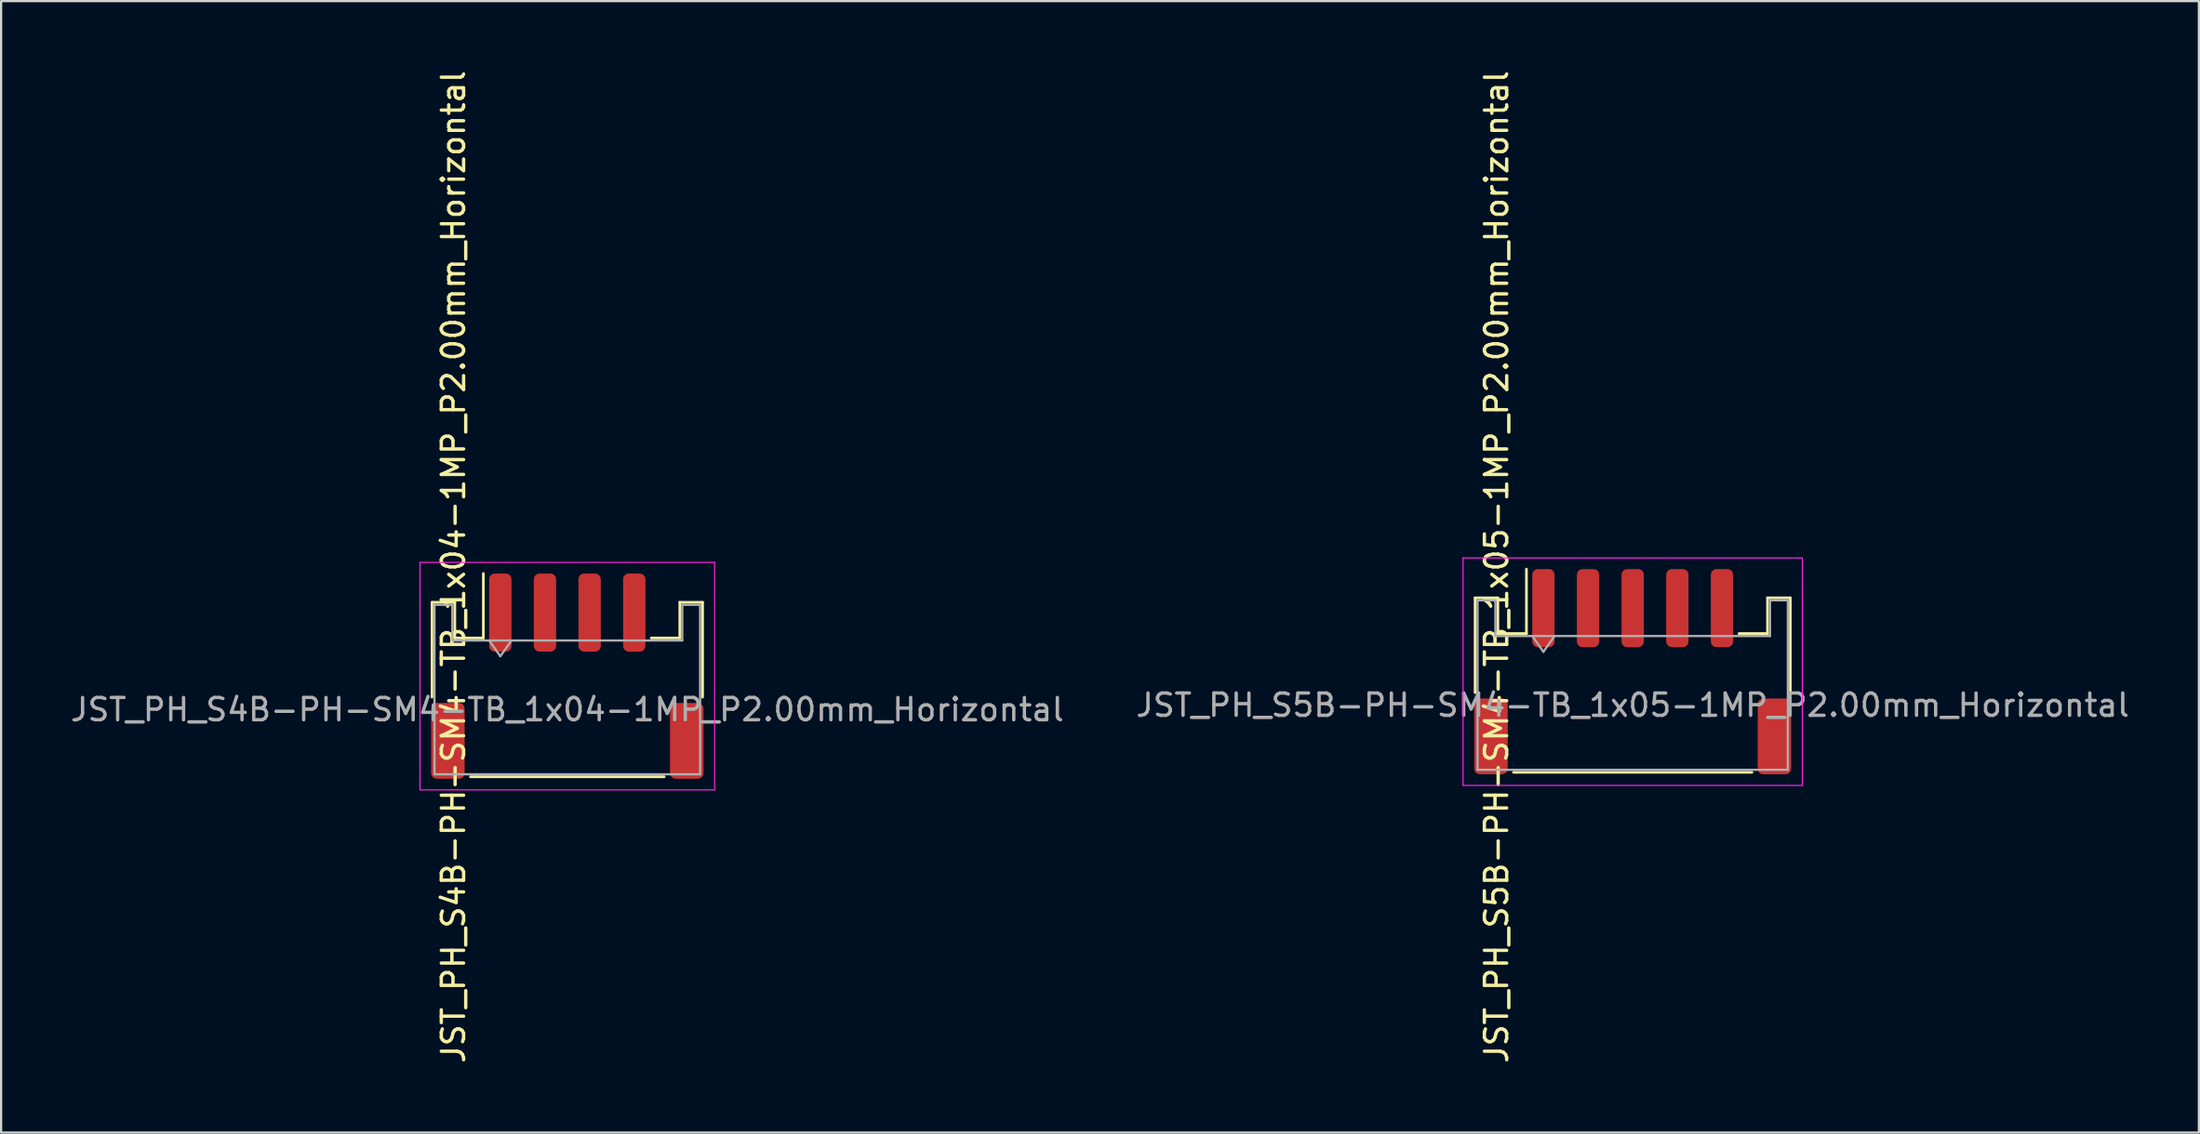
<source format=kicad_pcb>
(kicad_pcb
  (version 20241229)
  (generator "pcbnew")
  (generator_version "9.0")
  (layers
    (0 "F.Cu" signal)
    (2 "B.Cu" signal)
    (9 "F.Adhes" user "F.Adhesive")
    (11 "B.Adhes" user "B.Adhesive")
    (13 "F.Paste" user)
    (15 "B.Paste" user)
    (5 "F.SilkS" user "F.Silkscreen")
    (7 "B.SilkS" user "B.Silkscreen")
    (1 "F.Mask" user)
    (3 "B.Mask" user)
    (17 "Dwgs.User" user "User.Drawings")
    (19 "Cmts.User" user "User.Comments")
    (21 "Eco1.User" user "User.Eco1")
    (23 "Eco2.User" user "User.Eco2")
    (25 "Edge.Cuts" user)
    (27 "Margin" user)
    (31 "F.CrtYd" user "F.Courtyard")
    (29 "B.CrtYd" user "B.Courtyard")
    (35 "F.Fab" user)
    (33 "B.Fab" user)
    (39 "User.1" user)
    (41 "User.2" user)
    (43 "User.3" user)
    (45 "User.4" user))
  (footprint "JST_PH_S5B-PH-SM4-TB_1x05-1MP_P2.00mm_Horizontal"
    (layer "F.Cu")
    (at 70.089 27.063)
    (property "Reference" "JST_PH_S5B-PH-SM4-TB_1x05-1MP_P2.00mm_Horizontal" (at -6.1 -4.7 90) (layer "F.SilkS") (effects (font (size 1 1) (thickness 0.15))))
    (attr smd)
    (fp_line (start -7.06 -3.31) (end -6.04 -3.31) (stroke (width 0.12) (type solid)) (layer "F.SilkS"))
    (fp_line (start -7.06 0.94) (end -7.06 -3.31) (stroke (width 0.12) (type solid)) (layer "F.SilkS"))
    (fp_line (start -6.04 -3.31) (end -6.04 -1.71) (stroke (width 0.12) (type solid)) (layer "F.SilkS"))
    (fp_line (start -6.04 -1.71) (end -4.76 -1.71) (stroke (width 0.12) (type solid)) (layer "F.SilkS"))
    (fp_line (start -5.34 4.51) (end 5.34 4.51) (stroke (width 0.12) (type solid)) (layer "F.SilkS"))
    (fp_line (start -4.76 -1.71) (end -4.76 -4.6) (stroke (width 0.12) (type solid)) (layer "F.SilkS"))
    (fp_line (start 6.04 -3.31) (end 6.04 -1.71) (stroke (width 0.12) (type solid)) (layer "F.SilkS"))
    (fp_line (start 6.04 -1.71) (end 4.76 -1.71) (stroke (width 0.12) (type solid)) (layer "F.SilkS"))
    (fp_line (start 7.06 -3.31) (end 6.04 -3.31) (stroke (width 0.12) (type solid)) (layer "F.SilkS"))
    (fp_line (start 7.06 0.94) (end 7.06 -3.31) (stroke (width 0.12) (type solid)) (layer "F.SilkS"))
    (fp_line (start -7.6 -5.1) (end -7.6 5.1) (stroke (width 0.05) (type solid)) (layer "F.CrtYd"))
    (fp_line (start -7.6 5.1) (end 7.6 5.1) (stroke (width 0.05) (type solid)) (layer "F.CrtYd"))
    (fp_line (start 7.6 -5.1) (end -7.6 -5.1) (stroke (width 0.05) (type solid)) (layer "F.CrtYd"))
    (fp_line (start 7.6 5.1) (end 7.6 -5.1) (stroke (width 0.05) (type solid)) (layer "F.CrtYd"))
    (fp_line (start -6.95 -3.2) (end -6.95 4.4) (stroke (width 0.1) (type solid)) (layer "F.Fab"))
    (fp_line (start -6.95 -3.2) (end -6.15 -3.2) (stroke (width 0.1) (type solid)) (layer "F.Fab"))
    (fp_line (start -6.95 4.4) (end 6.95 4.4) (stroke (width 0.1) (type solid)) (layer "F.Fab"))
    (fp_line (start -6.15 -3.2) (end -6.15 -1.6) (stroke (width 0.1) (type solid)) (layer "F.Fab"))
    (fp_line (start -6.15 -1.6) (end 6.15 -1.6) (stroke (width 0.1) (type solid)) (layer "F.Fab"))
    (fp_line (start -4.5 -1.6) (end -4 -0.893) (stroke (width 0.1) (type solid)) (layer "F.Fab"))
    (fp_line (start -4 -0.893) (end -3.5 -1.6) (stroke (width 0.1) (type solid)) (layer "F.Fab"))
    (fp_line (start 6.15 -3.2) (end 6.95 -3.2) (stroke (width 0.1) (type solid)) (layer "F.Fab"))
    (fp_line (start 6.15 -1.6) (end 6.15 -3.2) (stroke (width 0.1) (type solid)) (layer "F.Fab"))
    (fp_line (start 6.95 -3.2) (end 6.95 4.4) (stroke (width 0.1) (type solid)) (layer "F.Fab"))
    (fp_text user "${REFERENCE}" (at 0 1.5 180) (layer "F.Fab") (effects (font (size 1 1) (thickness 0.15))))
    (pad "1" smd roundrect (at -4 -2.85) (size 1 3.5) (layers "F.Cu" "F.Mask" "F.Paste") (roundrect_rratio 0.25))
    (pad "2" smd roundrect (at -2 -2.85) (size 1 3.5) (layers "F.Cu" "F.Mask" "F.Paste") (roundrect_rratio 0.25))
    (pad "3" smd roundrect (at 0 -2.85) (size 1 3.5) (layers "F.Cu" "F.Mask" "F.Paste") (roundrect_rratio 0.25))
    (pad "4" smd roundrect (at 2 -2.85) (size 1 3.5) (layers "F.Cu" "F.Mask" "F.Paste") (roundrect_rratio 0.25))
    (pad "5" smd roundrect (at 4 -2.85) (size 1 3.5) (layers "F.Cu" "F.Mask" "F.Paste") (roundrect_rratio 0.25))
    (pad "MP" smd roundrect (at -6.35 2.9) (size 1.5 3.4) (layers "F.Cu" "F.Mask" "F.Paste") (roundrect_rratio 0.167))
    (pad "MP" smd roundrect (at 6.35 2.9) (size 1.5 3.4) (layers "F.Cu" "F.Mask" "F.Paste") (roundrect_rratio 0.167)))
  (footprint "JST_PH_S4B-PH-SM4-TB_1x04-1MP_P2.00mm_Horizontal"
    (layer "F.Cu")
    (at 22.363 27.263)
    (property "Reference" "JST_PH_S4B-PH-SM4-TB_1x04-1MP_P2.00mm_Horizontal" (at -5.1 -4.9 90) (layer "F.SilkS") (effects (font (size 1 1) (thickness 0.15))))
    (attr smd)
    (fp_line (start -6.06 -3.31) (end -5.04 -3.31) (stroke (width 0.12) (type solid)) (layer "F.SilkS"))
    (fp_line (start -6.06 0.94) (end -6.06 -3.31) (stroke (width 0.12) (type solid)) (layer "F.SilkS"))
    (fp_line (start -5.04 -3.31) (end -5.04 -1.71) (stroke (width 0.12) (type solid)) (layer "F.SilkS"))
    (fp_line (start -5.04 -1.71) (end -3.76 -1.71) (stroke (width 0.12) (type solid)) (layer "F.SilkS"))
    (fp_line (start -4.34 4.51) (end 4.34 4.51) (stroke (width 0.12) (type solid)) (layer "F.SilkS"))
    (fp_line (start -3.76 -1.71) (end -3.76 -4.6) (stroke (width 0.12) (type solid)) (layer "F.SilkS"))
    (fp_line (start 5.04 -3.31) (end 5.04 -1.71) (stroke (width 0.12) (type solid)) (layer "F.SilkS"))
    (fp_line (start 5.04 -1.71) (end 3.76 -1.71) (stroke (width 0.12) (type solid)) (layer "F.SilkS"))
    (fp_line (start 6.06 -3.31) (end 5.04 -3.31) (stroke (width 0.12) (type solid)) (layer "F.SilkS"))
    (fp_line (start 6.06 0.94) (end 6.06 -3.31) (stroke (width 0.12) (type solid)) (layer "F.SilkS"))
    (fp_line (start -6.6 -5.1) (end -6.6 5.1) (stroke (width 0.05) (type solid)) (layer "F.CrtYd"))
    (fp_line (start -6.6 5.1) (end 6.6 5.1) (stroke (width 0.05) (type solid)) (layer "F.CrtYd"))
    (fp_line (start 6.6 -5.1) (end -6.6 -5.1) (stroke (width 0.05) (type solid)) (layer "F.CrtYd"))
    (fp_line (start 6.6 5.1) (end 6.6 -5.1) (stroke (width 0.05) (type solid)) (layer "F.CrtYd"))
    (fp_line (start -5.95 -3.2) (end -5.95 4.4) (stroke (width 0.1) (type solid)) (layer "F.Fab"))
    (fp_line (start -5.95 -3.2) (end -5.15 -3.2) (stroke (width 0.1) (type solid)) (layer "F.Fab"))
    (fp_line (start -5.95 4.4) (end 5.95 4.4) (stroke (width 0.1) (type solid)) (layer "F.Fab"))
    (fp_line (start -5.15 -3.2) (end -5.15 -1.6) (stroke (width 0.1) (type solid)) (layer "F.Fab"))
    (fp_line (start -5.15 -1.6) (end 5.15 -1.6) (stroke (width 0.1) (type solid)) (layer "F.Fab"))
    (fp_line (start -3.5 -1.6) (end -3 -0.893) (stroke (width 0.1) (type solid)) (layer "F.Fab"))
    (fp_line (start -3 -0.893) (end -2.5 -1.6) (stroke (width 0.1) (type solid)) (layer "F.Fab"))
    (fp_line (start 5.15 -3.2) (end 5.95 -3.2) (stroke (width 0.1) (type solid)) (layer "F.Fab"))
    (fp_line (start 5.15 -1.6) (end 5.15 -3.2) (stroke (width 0.1) (type solid)) (layer "F.Fab"))
    (fp_line (start 5.95 -3.2) (end 5.95 4.4) (stroke (width 0.1) (type solid)) (layer "F.Fab"))
    (fp_text user "${REFERENCE}" (at 0 1.5 180) (layer "F.Fab") (effects (font (size 1 1) (thickness 0.15))))
    (pad "1" smd roundrect (at -3 -2.85) (size 1 3.5) (layers "F.Cu" "F.Mask" "F.Paste") (roundrect_rratio 0.25))
    (pad "2" smd roundrect (at -1 -2.85) (size 1 3.5) (layers "F.Cu" "F.Mask" "F.Paste") (roundrect_rratio 0.25))
    (pad "3" smd roundrect (at 1 -2.85) (size 1 3.5) (layers "F.Cu" "F.Mask" "F.Paste") (roundrect_rratio 0.25))
    (pad "4" smd roundrect (at 3 -2.85) (size 1 3.5) (layers "F.Cu" "F.Mask" "F.Paste") (roundrect_rratio 0.25))
    (pad "MP" smd roundrect (at -5.35 2.9) (size 1.5 3.4) (layers "F.Cu" "F.Mask" "F.Paste") (roundrect_rratio 0.167))
    (pad "MP" smd roundrect (at 5.35 2.9) (size 1.5 3.4) (layers "F.Cu" "F.Mask" "F.Paste") (roundrect_rratio 0.167)))
  (gr_rect
    (start -3 -3)
    (end 95.452 47.726)
    (stroke (width 0.1) (type default))
    (fill no)
    (layer "Edge.Cuts")))
</source>
